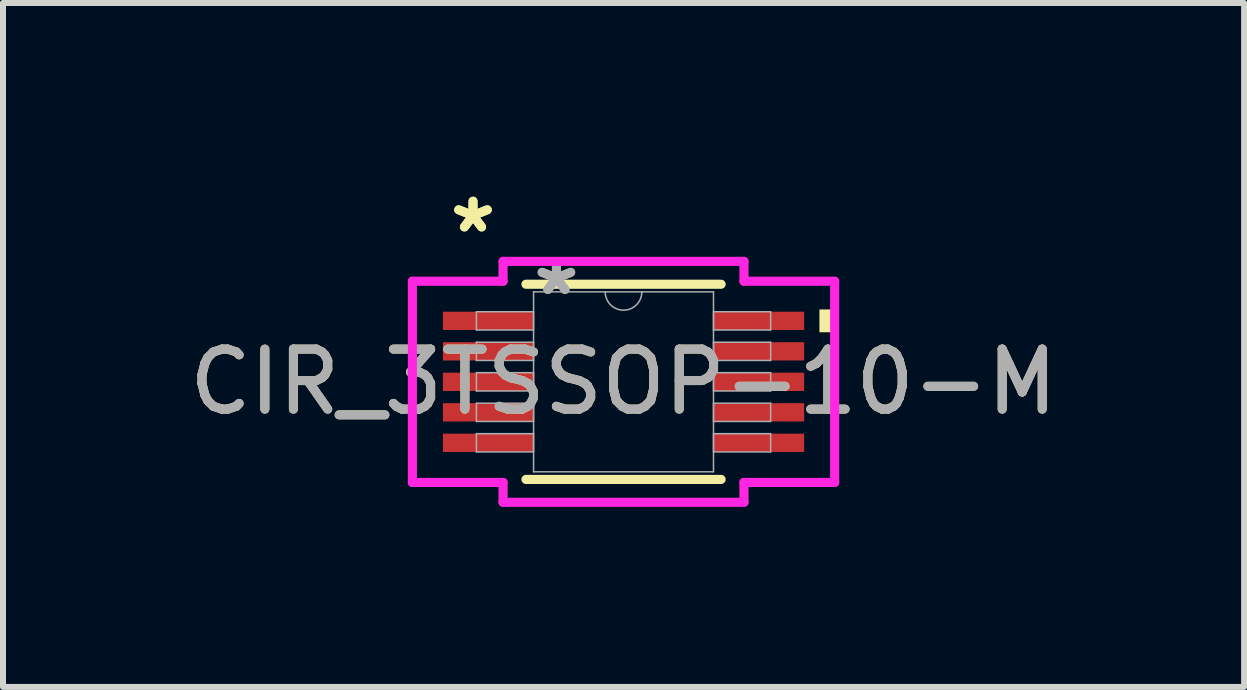
<source format=kicad_pcb>
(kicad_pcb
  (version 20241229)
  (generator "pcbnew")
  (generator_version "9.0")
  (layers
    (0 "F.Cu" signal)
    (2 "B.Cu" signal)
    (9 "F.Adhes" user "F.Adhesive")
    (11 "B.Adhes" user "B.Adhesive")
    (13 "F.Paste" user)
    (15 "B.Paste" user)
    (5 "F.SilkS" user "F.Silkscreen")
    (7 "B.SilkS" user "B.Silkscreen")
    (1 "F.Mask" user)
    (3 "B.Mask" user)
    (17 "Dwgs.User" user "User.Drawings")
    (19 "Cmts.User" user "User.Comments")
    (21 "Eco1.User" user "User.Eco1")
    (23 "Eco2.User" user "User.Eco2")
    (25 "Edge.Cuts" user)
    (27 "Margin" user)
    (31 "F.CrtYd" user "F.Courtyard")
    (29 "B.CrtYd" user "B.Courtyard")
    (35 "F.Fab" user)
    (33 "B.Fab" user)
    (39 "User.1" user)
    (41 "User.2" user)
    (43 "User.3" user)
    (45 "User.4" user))
  (footprint "CIR_3TSSOP-10-M"
    (layer "F.Cu")
    (at 7.339 3.312)
    (property "Reference" "CIR_3TSSOP-10-M" (at 0 0 0) (unlocked yes) (layer "F.SilkS") (effects (font (size 1 1) (thickness 0.15))))
    (attr smd)
    (fp_line (start -1.626 1.626) (end 1.626 1.626) (stroke (width 0.152) (type solid)) (layer "F.SilkS"))
    (fp_line (start 1.626 -1.626) (end -1.626 -1.626) (stroke (width 0.152) (type solid)) (layer "F.SilkS"))
    (fp_poly (pts (xy 3.518 -1.206) (xy 3.518 -0.826) (xy 3.264 -0.826) (xy 3.264 -1.206)) (stroke (width 0) (type solid)) (fill yes) (layer "F.SilkS"))
    (fp_line (start -3.518 -1.676) (end -2.007 -1.676) (stroke (width 0.152) (type solid)) (layer "F.CrtYd"))
    (fp_line (start -3.518 1.676) (end -3.518 -1.676) (stroke (width 0.152) (type solid)) (layer "F.CrtYd"))
    (fp_line (start -3.518 1.676) (end -2.007 1.676) (stroke (width 0.152) (type solid)) (layer "F.CrtYd"))
    (fp_line (start -2.007 -2.007) (end 2.007 -2.007) (stroke (width 0.152) (type solid)) (layer "F.CrtYd"))
    (fp_line (start -2.007 -1.676) (end -2.007 -2.007) (stroke (width 0.152) (type solid)) (layer "F.CrtYd"))
    (fp_line (start -2.007 2.007) (end -2.007 1.676) (stroke (width 0.152) (type solid)) (layer "F.CrtYd"))
    (fp_line (start 2.007 -2.007) (end 2.007 -1.676) (stroke (width 0.152) (type solid)) (layer "F.CrtYd"))
    (fp_line (start 2.007 1.676) (end 2.007 2.007) (stroke (width 0.152) (type solid)) (layer "F.CrtYd"))
    (fp_line (start 2.007 2.007) (end -2.007 2.007) (stroke (width 0.152) (type solid)) (layer "F.CrtYd"))
    (fp_line (start 3.518 -1.676) (end 2.007 -1.676) (stroke (width 0.152) (type solid)) (layer "F.CrtYd"))
    (fp_line (start 3.518 -1.676) (end 3.518 1.676) (stroke (width 0.152) (type solid)) (layer "F.CrtYd"))
    (fp_line (start 3.518 1.676) (end 2.007 1.676) (stroke (width 0.152) (type solid)) (layer "F.CrtYd"))
    (fp_line (start -2.451 -1.168) (end -2.451 -0.864) (stroke (width 0.025) (type solid)) (layer "F.Fab"))
    (fp_line (start -2.451 -0.864) (end -1.499 -0.864) (stroke (width 0.025) (type solid)) (layer "F.Fab"))
    (fp_line (start -2.451 -0.66) (end -2.451 -0.356) (stroke (width 0.025) (type solid)) (layer "F.Fab"))
    (fp_line (start -2.451 -0.356) (end -1.499 -0.356) (stroke (width 0.025) (type solid)) (layer "F.Fab"))
    (fp_line (start -2.451 -0.152) (end -2.451 0.152) (stroke (width 0.025) (type solid)) (layer "F.Fab"))
    (fp_line (start -2.451 0.152) (end -1.499 0.152) (stroke (width 0.025) (type solid)) (layer "F.Fab"))
    (fp_line (start -2.451 0.356) (end -2.451 0.66) (stroke (width 0.025) (type solid)) (layer "F.Fab"))
    (fp_line (start -2.451 0.66) (end -1.499 0.66) (stroke (width 0.025) (type solid)) (layer "F.Fab"))
    (fp_line (start -2.451 0.864) (end -2.451 1.168) (stroke (width 0.025) (type solid)) (layer "F.Fab"))
    (fp_line (start -2.451 1.168) (end -1.499 1.168) (stroke (width 0.025) (type solid)) (layer "F.Fab"))
    (fp_line (start -1.499 -1.499) (end -1.499 1.499) (stroke (width 0.025) (type solid)) (layer "F.Fab"))
    (fp_line (start -1.499 -1.168) (end -2.451 -1.168) (stroke (width 0.025) (type solid)) (layer "F.Fab"))
    (fp_line (start -1.499 -0.864) (end -1.499 -1.168) (stroke (width 0.025) (type solid)) (layer "F.Fab"))
    (fp_line (start -1.499 -0.66) (end -2.451 -0.66) (stroke (width 0.025) (type solid)) (layer "F.Fab"))
    (fp_line (start -1.499 -0.356) (end -1.499 -0.66) (stroke (width 0.025) (type solid)) (layer "F.Fab"))
    (fp_line (start -1.499 -0.152) (end -2.451 -0.152) (stroke (width 0.025) (type solid)) (layer "F.Fab"))
    (fp_line (start -1.499 0.152) (end -1.499 -0.152) (stroke (width 0.025) (type solid)) (layer "F.Fab"))
    (fp_line (start -1.499 0.356) (end -2.451 0.356) (stroke (width 0.025) (type solid)) (layer "F.Fab"))
    (fp_line (start -1.499 0.66) (end -1.499 0.356) (stroke (width 0.025) (type solid)) (layer "F.Fab"))
    (fp_line (start -1.499 0.864) (end -2.451 0.864) (stroke (width 0.025) (type solid)) (layer "F.Fab"))
    (fp_line (start -1.499 1.168) (end -1.499 0.864) (stroke (width 0.025) (type solid)) (layer "F.Fab"))
    (fp_line (start -1.499 1.499) (end 1.499 1.499) (stroke (width 0.025) (type solid)) (layer "F.Fab"))
    (fp_line (start 1.499 -1.499) (end -1.499 -1.499) (stroke (width 0.025) (type solid)) (layer "F.Fab"))
    (fp_line (start 1.499 -1.168) (end 1.499 -0.864) (stroke (width 0.025) (type solid)) (layer "F.Fab"))
    (fp_line (start 1.499 -0.864) (end 2.451 -0.864) (stroke (width 0.025) (type solid)) (layer "F.Fab"))
    (fp_line (start 1.499 -0.66) (end 1.499 -0.356) (stroke (width 0.025) (type solid)) (layer "F.Fab"))
    (fp_line (start 1.499 -0.356) (end 2.451 -0.356) (stroke (width 0.025) (type solid)) (layer "F.Fab"))
    (fp_line (start 1.499 -0.152) (end 1.499 0.152) (stroke (width 0.025) (type solid)) (layer "F.Fab"))
    (fp_line (start 1.499 0.152) (end 2.451 0.152) (stroke (width 0.025) (type solid)) (layer "F.Fab"))
    (fp_line (start 1.499 0.356) (end 1.499 0.66) (stroke (width 0.025) (type solid)) (layer "F.Fab"))
    (fp_line (start 1.499 0.66) (end 2.451 0.66) (stroke (width 0.025) (type solid)) (layer "F.Fab"))
    (fp_line (start 1.499 0.864) (end 1.499 1.168) (stroke (width 0.025) (type solid)) (layer "F.Fab"))
    (fp_line (start 1.499 1.168) (end 2.451 1.168) (stroke (width 0.025) (type solid)) (layer "F.Fab"))
    (fp_line (start 1.499 1.499) (end 1.499 -1.499) (stroke (width 0.025) (type solid)) (layer "F.Fab"))
    (fp_line (start 2.451 -1.168) (end 1.499 -1.168) (stroke (width 0.025) (type solid)) (layer "F.Fab"))
    (fp_line (start 2.451 -0.864) (end 2.451 -1.168) (stroke (width 0.025) (type solid)) (layer "F.Fab"))
    (fp_line (start 2.451 -0.66) (end 1.499 -0.66) (stroke (width 0.025) (type solid)) (layer "F.Fab"))
    (fp_line (start 2.451 -0.356) (end 2.451 -0.66) (stroke (width 0.025) (type solid)) (layer "F.Fab"))
    (fp_line (start 2.451 -0.152) (end 1.499 -0.152) (stroke (width 0.025) (type solid)) (layer "F.Fab"))
    (fp_line (start 2.451 0.152) (end 2.451 -0.152) (stroke (width 0.025) (type solid)) (layer "F.Fab"))
    (fp_line (start 2.451 0.356) (end 1.499 0.356) (stroke (width 0.025) (type solid)) (layer "F.Fab"))
    (fp_line (start 2.451 0.66) (end 2.451 0.356) (stroke (width 0.025) (type solid)) (layer "F.Fab"))
    (fp_line (start 2.451 0.864) (end 1.499 0.864) (stroke (width 0.025) (type solid)) (layer "F.Fab"))
    (fp_line (start 2.451 1.168) (end 2.451 0.864) (stroke (width 0.025) (type solid)) (layer "F.Fab"))
    (fp_arc (start 0.3048 -1.4986) (mid 0 -1.1938) (end -0.3048 -1.4986) (stroke (width 0.0254) (type solid)) (layer "F.Fab"))
    (fp_text user "*" (at -2.508 -2.464 0) (unlocked yes) (layer "F.SilkS") (effects (font (size 1 1) (thickness 0.15))))
    (fp_text user "*" (at -2.508 -2.464 0) (layer "F.SilkS") (effects (font (size 1 1) (thickness 0.15))))
    (fp_text user "${REFERENCE}" (at 0 0 0) (unlocked yes) (layer "F.Fab") (effects (font (size 1 1) (thickness 0.15))))
    (fp_text user "*" (at -1.118 -1.422 0) (layer "F.Fab") (effects (font (size 1 1) (thickness 0.15))))
    (fp_text user "*" (at -1.118 -1.422 0) (unlocked yes) (layer "F.Fab") (effects (font (size 1 1) (thickness 0.15))))
    (pad "1" smd rect (at -2.254 -1.016) (size 1.511 0.305) (layers "F.Cu" "F.Mask" "F.Paste"))
    (pad "2" smd rect (at -2.254 -0.508) (size 1.511 0.305) (layers "F.Cu" "F.Mask" "F.Paste"))
    (pad "3" smd rect (at -2.254 0) (size 1.511 0.305) (layers "F.Cu" "F.Mask" "F.Paste"))
    (pad "4" smd rect (at -2.254 0.508) (size 1.511 0.305) (layers "F.Cu" "F.Mask" "F.Paste"))
    (pad "5" smd rect (at -2.254 1.016) (size 1.511 0.305) (layers "F.Cu" "F.Mask" "F.Paste"))
    (pad "6" smd rect (at 2.254 1.016) (size 1.511 0.305) (layers "F.Cu" "F.Mask" "F.Paste"))
    (pad "7" smd rect (at 2.254 0.508) (size 1.511 0.305) (layers "F.Cu" "F.Mask" "F.Paste"))
    (pad "8" smd rect (at 2.254 0) (size 1.511 0.305) (layers "F.Cu" "F.Mask" "F.Paste"))
    (pad "9" smd rect (at 2.254 -0.508) (size 1.511 0.305) (layers "F.Cu" "F.Mask" "F.Paste"))
    (pad "10" smd rect (at 2.254 -1.016) (size 1.511 0.305) (layers "F.Cu" "F.Mask" "F.Paste")))
  (gr_rect
    (start -3 -3)
    (end 17.679 8.395)
    (stroke (width 0.1) (type default))
    (fill no)
    (layer "Edge.Cuts")))
</source>
